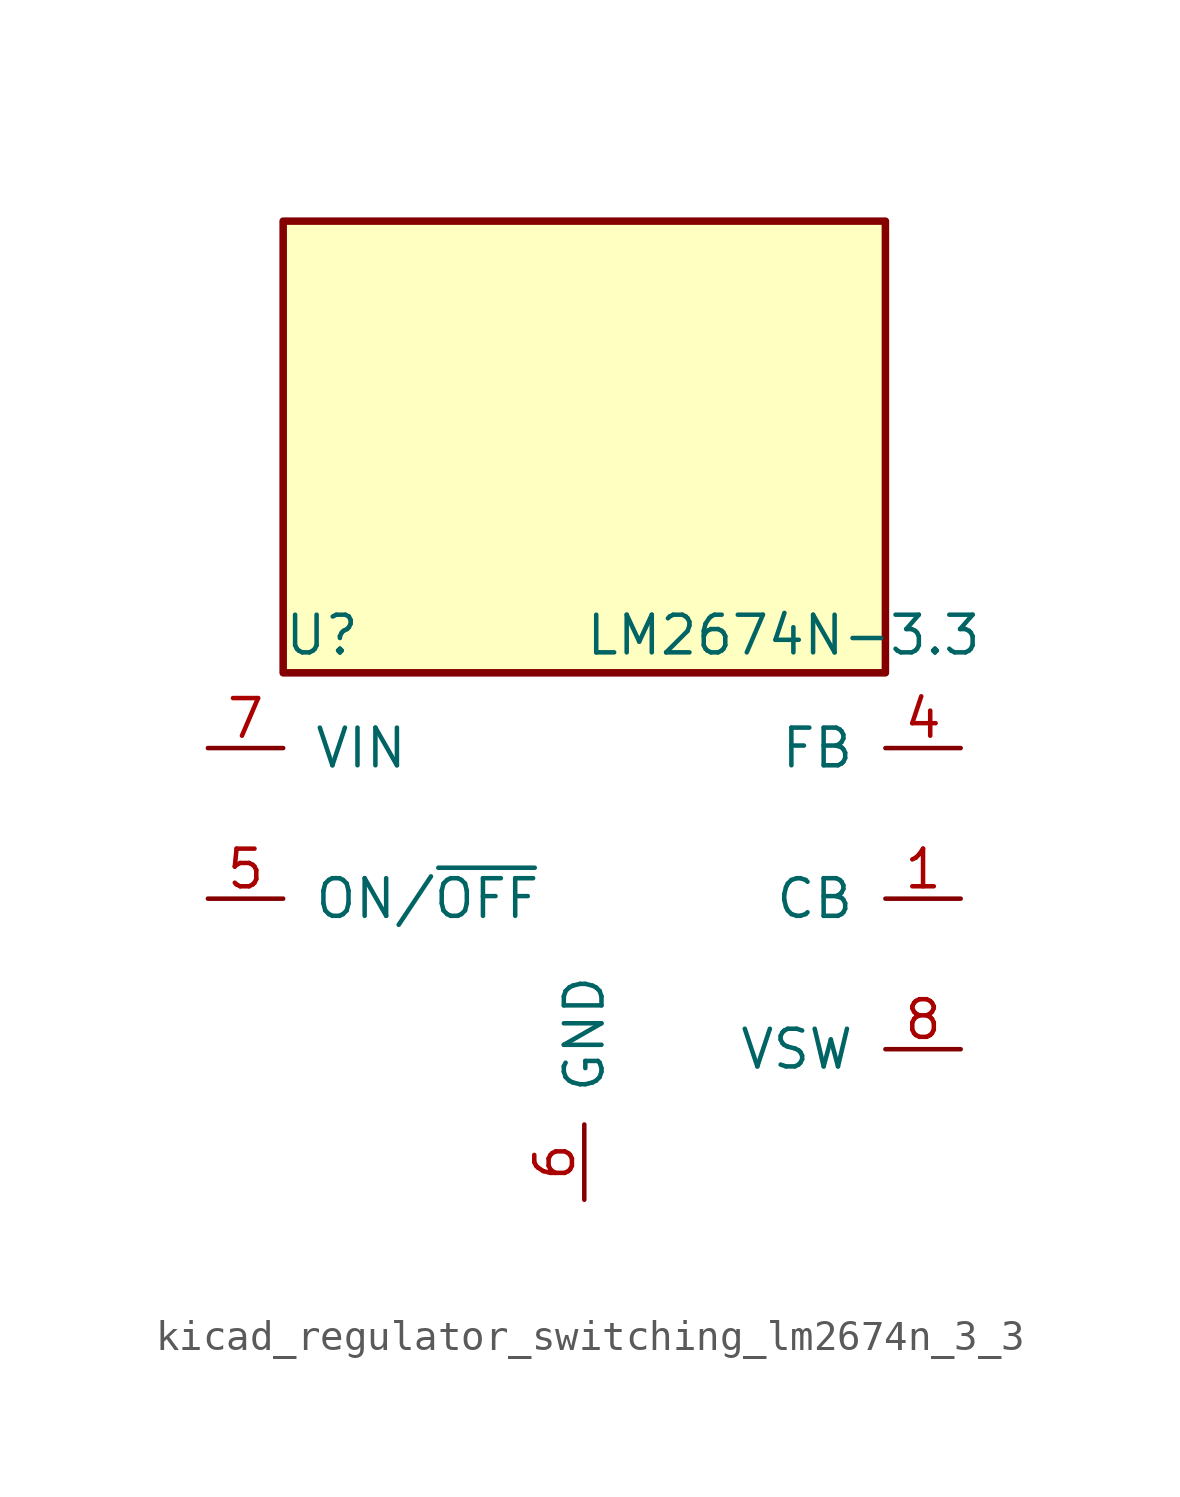
<source format=kicad_sym>
(kicad_symbol_lib
  (version 20220914)
  (generator kicad_symbol_editor)
  (symbol "kicad_regulator_switching_lm2674n_3_3"
    (pin_names
      (offset 1.016))
    (property "Reference" "U"
      (at -10.16 8.89 0)
      (effects (font (size 1.27 1.27)) (justify left)))
    (property "Value" "LM2674N-3.3"
      (at 0 8.89 0)
      (effects (font (size 1.27 1.27)) (justify left)))
    (symbol "kicad_regulator_switching_lm2674n_3_3_0_1"
      (rectangle (start 10.16 22.86) (end -10.16 7.62) (stroke (width 0.254) (type default)) (fill (type background))))
    (symbol "kicad_regulator_switching_lm2674n_3_3_1_1"
      (pin input line (at 12.7 0 180) (length 2.54) (name "CB" (effects (font (size 1.27 1.27)))) (number "1" (effects (font (size 1.27 1.27)))))
      (pin no_connect line (at -10.16 -2.54 0) (length 2.54) hide (name "NC" (effects (font (size 1.27 1.27)))) (number "2" (effects (font (size 1.27 1.27)))))
      (pin no_connect line (at -10.16 -5.08 0) (length 2.54) hide (name "NC" (effects (font (size 1.27 1.27)))) (number "3" (effects (font (size 1.27 1.27)))))
      (pin input line (at 12.7 5.08 180) (length 2.54) (name "FB" (effects (font (size 1.27 1.27)))) (number "4" (effects (font (size 1.27 1.27)))))
      (pin input line (at -12.7 0 0) (length 2.54) (name "ON/~{OFF}" (effects (font (size 1.27 1.27)))) (number "5" (effects (font (size 1.27 1.27)))))
      (pin power_in line (at 0 -10.16 90) (length 2.54) (name "GND" (effects (font (size 1.27 1.27)))) (number "6" (effects (font (size 1.27 1.27)))))
      (pin power_in line (at -12.7 5.08 0) (length 2.54) (name "VIN" (effects (font (size 1.27 1.27)))) (number "7" (effects (font (size 1.27 1.27)))))
      (pin output line (at 12.7 -5.08 180) (length 2.54) (name "VSW" (effects (font (size 1.27 1.27)))) (number "8" (effects (font (size 1.27 1.27))))))))
</source>
